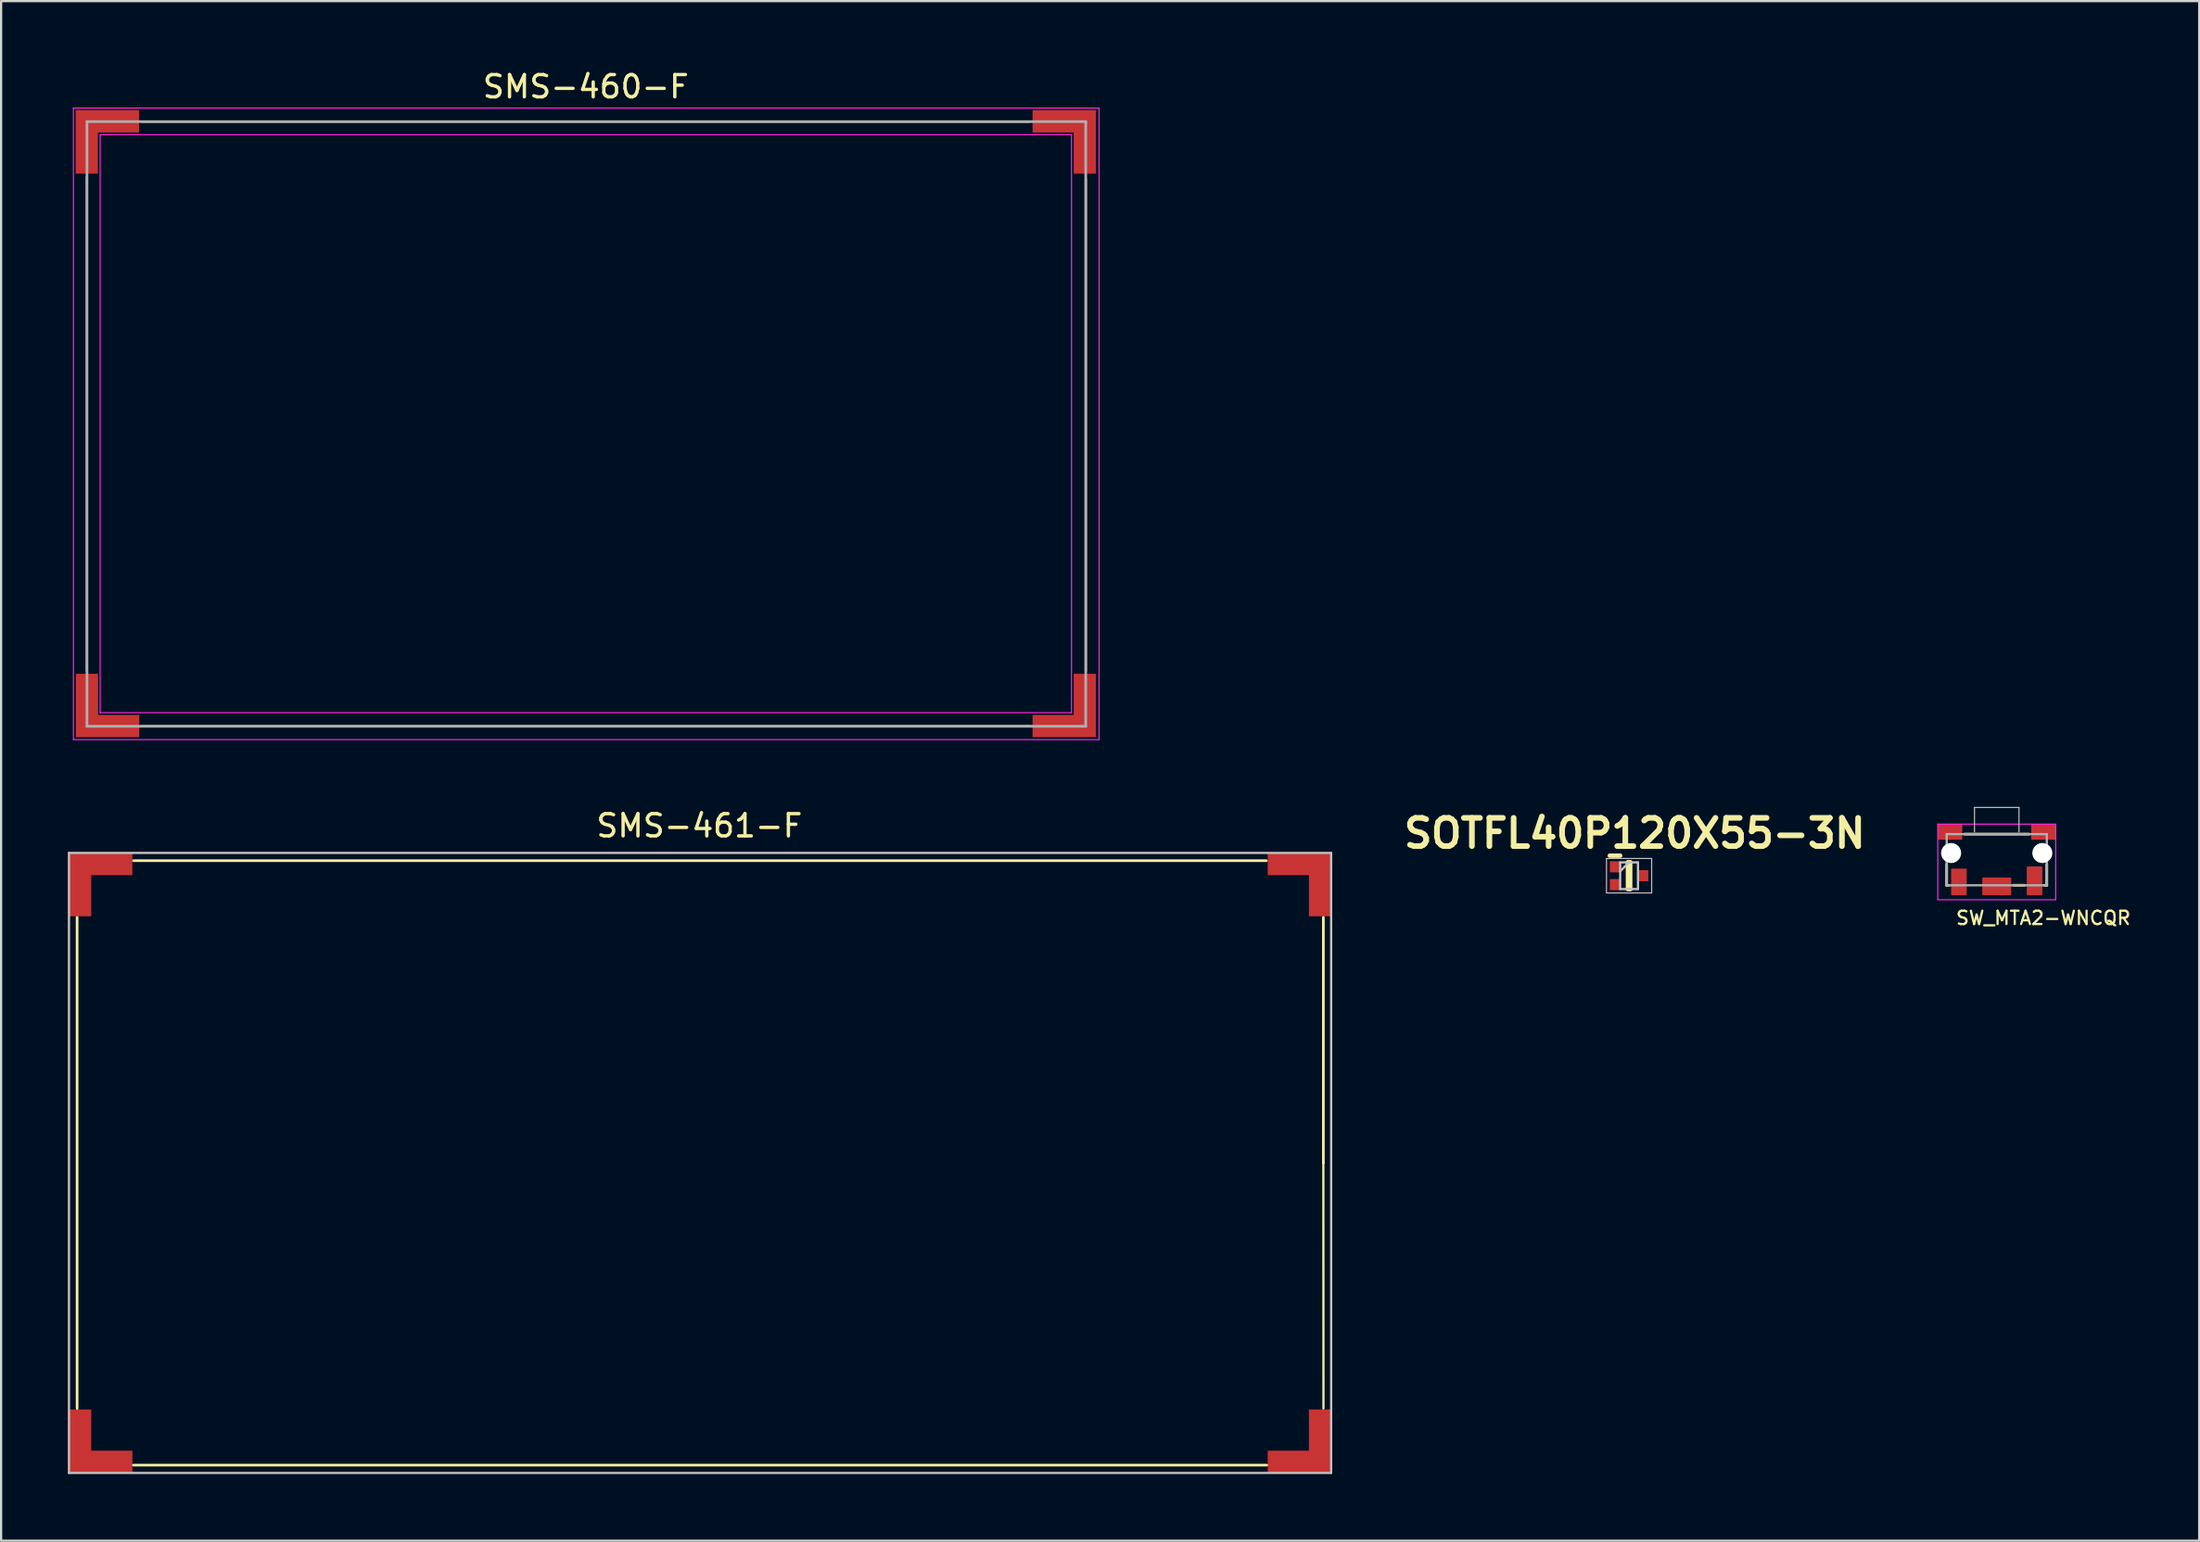
<source format=kicad_pcb>
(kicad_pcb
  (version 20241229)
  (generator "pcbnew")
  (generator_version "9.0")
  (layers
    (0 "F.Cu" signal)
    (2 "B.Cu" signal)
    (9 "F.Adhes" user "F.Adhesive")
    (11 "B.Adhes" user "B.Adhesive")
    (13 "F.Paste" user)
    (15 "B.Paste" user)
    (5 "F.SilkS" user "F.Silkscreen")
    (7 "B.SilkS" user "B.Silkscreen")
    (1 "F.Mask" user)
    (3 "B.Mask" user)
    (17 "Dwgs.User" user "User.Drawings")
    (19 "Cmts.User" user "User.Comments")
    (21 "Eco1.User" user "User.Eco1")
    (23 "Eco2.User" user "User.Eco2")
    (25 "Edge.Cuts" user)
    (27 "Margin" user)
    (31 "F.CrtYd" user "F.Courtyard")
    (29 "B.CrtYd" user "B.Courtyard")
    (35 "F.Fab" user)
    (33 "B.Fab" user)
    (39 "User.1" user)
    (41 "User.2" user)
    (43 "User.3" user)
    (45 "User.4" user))
  (footprint "SMS-461-F"
    (layer "F.Cu")
    (at 28.415 49.242)
    (property "Reference" "SMS-461-F" (at -0.03 -15.16 0) (layer "F.SilkS") (effects (font (size 1 1) (thickness 0.15))))
    (attr through_hole)
    (fp_line (start -28 -11.04) (end -28 11.04) (stroke (width 0.12) (type solid)) (layer "F.SilkS"))
    (fp_line (start 25.45 -13.59) (end -25.46 -13.59) (stroke (width 0.12) (type solid)) (layer "F.SilkS"))
    (fp_line (start 25.47 13.59) (end -25.47 13.59) (stroke (width 0.12) (type solid)) (layer "F.SilkS"))
    (fp_line (start 28.015 0) (end 28.015 -11.04) (stroke (width 0.12) (type solid)) (layer "F.SilkS"))
    (fp_line (start 28.015 0) (end 28.02 11.04) (stroke (width 0.1) (type solid)) (layer "F.SilkS"))
    (fp_line (start -28.365 -13.94) (end 28.365 -13.94) (stroke (width 0.1) (type solid)) (layer "Dwgs.User"))
    (fp_line (start -28.365 13.94) (end -28.365 -13.94) (stroke (width 0.1) (type solid)) (layer "Dwgs.User"))
    (fp_line (start 28.365 13.94) (end -28.365 13.94) (stroke (width 0.1) (type solid)) (layer "Dwgs.User"))
    (fp_line (start 28.365 13.94) (end 28.365 -13.94) (stroke (width 0.1) (type solid)) (layer "Dwgs.User"))
    (pad "1" smd custom (at -27.865 -13.44 270) (size 1 1) (layers "F.Cu" "F.Mask" "F.Paste") (options (anchor rect)) (primitives (gr_poly (pts (xy -0.5 0.5) (xy -0.5 -2.35) (xy 0.5 -2.35) (xy 0.5 0.5)) (width 0) (fill yes)) (gr_poly (pts (xy 2.35 0.5) (xy -0.5 0.5) (xy -0.5 -0.5) (xy 2.35 -0.5)) (width 0) (fill yes))))
    (pad "1" smd custom (at -27.865 13.44) (size 1 1) (layers "F.Cu" "F.Mask" "F.Paste") (options (anchor rect)) (primitives (gr_poly (pts (xy -0.5 0.5) (xy -0.5 -2.35) (xy 0.5 -2.35) (xy 0.5 0.5)) (width 0) (fill yes)) (gr_poly (pts (xy 2.35 0.5) (xy -0.5 0.5) (xy -0.5 -0.5) (xy 2.35 -0.5)) (width 0) (fill yes))))
    (pad "1" smd custom (at 27.865 -13.44 180) (size 1 1) (layers "F.Cu" "F.Mask" "F.Paste") (options (anchor rect)) (primitives (gr_poly (pts (xy -0.5 0.5) (xy -0.5 -2.35) (xy 0.5 -2.35) (xy 0.5 0.5)) (width 0) (fill yes)) (gr_poly (pts (xy 2.35 0.5) (xy -0.5 0.5) (xy -0.5 -0.5) (xy 2.35 -0.5)) (width 0) (fill yes))))
    (pad "1" smd custom (at 27.865 13.44 90) (size 1 1) (layers "F.Cu" "F.Mask" "F.Paste") (options (anchor rect)) (primitives (gr_poly (pts (xy -0.5 0.5) (xy -0.5 -2.35) (xy 0.5 -2.35) (xy 0.5 0.5)) (width 0) (fill yes)) (gr_poly (pts (xy 2.35 0.5) (xy -0.5 0.5) (xy -0.5 -0.5) (xy 2.35 -0.5)) (width 0) (fill yes)))))
  (footprint "SOTFL40P120X55-3N"
    (layer "F.Cu")
    (at 70.171 36.327)
    (property "Reference" "SOTFL40P120X55-3N" (at 0.254 -1.905 0) (layer "F.SilkS") (effects (font (size 1.27 1.27) (thickness 0.254))))
    (attr smd)
    (fp_line (start -0.865 -0.9) (end -0.4 -0.9) (stroke (width 0.2) (type solid)) (layer "F.SilkS"))
    (fp_line (start -0.05 -0.6) (end 0.05 -0.6) (stroke (width 0.2) (type solid)) (layer "F.SilkS"))
    (fp_line (start -0.05 0.6) (end -0.05 -0.6) (stroke (width 0.2) (type solid)) (layer "F.SilkS"))
    (fp_line (start 0.05 -0.6) (end 0.05 0.6) (stroke (width 0.2) (type solid)) (layer "F.SilkS"))
    (fp_line (start 0.05 0.6) (end -0.05 0.6) (stroke (width 0.2) (type solid)) (layer "F.SilkS"))
    (fp_line (start -1.015 -0.775) (end 1.015 -0.775) (stroke (width 0.05) (type solid)) (layer "Dwgs.User"))
    (fp_line (start -1.015 0.775) (end -1.015 -0.775) (stroke (width 0.05) (type solid)) (layer "Dwgs.User"))
    (fp_line (start -0.4 -0.6) (end 0.4 -0.6) (stroke (width 0.1) (type solid)) (layer "Dwgs.User"))
    (fp_line (start -0.4 -0.2) (end 0 -0.6) (stroke (width 0.1) (type solid)) (layer "Dwgs.User"))
    (fp_line (start -0.4 0.6) (end -0.4 -0.6) (stroke (width 0.1) (type solid)) (layer "Dwgs.User"))
    (fp_line (start 0.4 -0.6) (end 0.4 0.6) (stroke (width 0.1) (type solid)) (layer "Dwgs.User"))
    (fp_line (start 0.4 0.6) (end -0.4 0.6) (stroke (width 0.1) (type solid)) (layer "Dwgs.User"))
    (fp_line (start 1.015 -0.775) (end 1.015 0.775) (stroke (width 0.05) (type solid)) (layer "Dwgs.User"))
    (fp_line (start 1.015 0.775) (end -1.015 0.775) (stroke (width 0.05) (type solid)) (layer "Dwgs.User"))
    (pad "1" smd rect (at -0.632 -0.4) (size 0.465 0.5) (layers "F.Cu" "F.Mask" "F.Paste"))
    (pad "2" smd rect (at -0.632 0.4) (size 0.465 0.5) (layers "F.Cu" "F.Mask" "F.Paste"))
    (pad "3" smd rect (at 0.632 0) (size 0.465 0.5) (layers "F.Cu" "F.Mask" "F.Paste")))
  (footprint "SMS-460-F"
    (layer "F.Cu")
    (at 0.25 1.808)
    (property "Reference" "SMS-460-F" (at 23.03 -0.96 0) (layer "F.SilkS") (effects (font (size 1 1) (thickness 0.15))))
    (attr through_hole)
    (fp_line (start 0.609 3.11) (end 0.609 25.3) (stroke (width 0.1) (type solid)) (layer "F.SilkS"))
    (fp_line (start 42.96 0.61) (end 3.08 0.61) (stroke (width 0.1) (type solid)) (layer "F.SilkS"))
    (fp_line (start 42.99 27.8) (end 3.08 27.8) (stroke (width 0.1) (type solid)) (layer "F.SilkS"))
    (fp_line (start 45.501 25.3) (end 45.501 3.2) (stroke (width 0.1) (type solid)) (layer "F.SilkS"))
    (fp_line (start 0 0) (end 46.1 0) (stroke (width 0.05) (type solid)) (layer "F.CrtYd"))
    (fp_line (start 0 28.4) (end 0 0) (stroke (width 0.05) (type solid)) (layer "F.CrtYd"))
    (fp_line (start 1.2 27.19) (end 1.2 1.2) (stroke (width 0.05) (type solid)) (layer "F.CrtYd"))
    (fp_line (start 1.2 27.19) (end 44.86 27.19) (stroke (width 0.05) (type solid)) (layer "F.CrtYd"))
    (fp_line (start 44.86 1.2) (end 1.2 1.2) (stroke (width 0.05) (type solid)) (layer "F.CrtYd"))
    (fp_line (start 44.86 1.2) (end 44.86 27.19) (stroke (width 0.05) (type solid)) (layer "F.CrtYd"))
    (fp_line (start 46.1 28.4) (end 0 28.4) (stroke (width 0.05) (type solid)) (layer "F.CrtYd"))
    (fp_line (start 46.1 28.4) (end 46.1 0) (stroke (width 0.05) (type solid)) (layer "F.CrtYd"))
    (fp_line (start 0.609 0.61) (end 0.609 27.8) (stroke (width 0.12) (type solid)) (layer "F.Fab"))
    (fp_line (start 45.5 0.61) (end 0.609 0.61) (stroke (width 0.12) (type solid)) (layer "F.Fab"))
    (fp_line (start 45.5 0.61) (end 45.5 27.8) (stroke (width 0.12) (type solid)) (layer "F.Fab"))
    (fp_line (start 45.5 27.8) (end 0.61 27.8) (stroke (width 0.12) (type solid)) (layer "F.Fab"))
    (pad "1" smd custom (at 0.6 0.6 270) (size 1 1) (layers "F.Cu" "F.Mask" "F.Paste") (options (anchor rect)) (primitives (gr_poly (pts (xy -0.5 0.5) (xy -0.5 -2.35) (xy 0.5 -2.35) (xy 0.5 0.5)) (width 0) (fill yes)) (gr_poly (pts (xy 2.35 0.5) (xy -0.5 0.5) (xy -0.5 -0.5) (xy 2.35 -0.5)) (width 0) (fill yes))))
    (pad "1" smd custom (at 0.61 27.79) (size 1 1) (layers "F.Cu" "F.Mask" "F.Paste") (options (anchor rect)) (primitives (gr_poly (pts (xy -0.5 0.5) (xy -0.5 -2.35) (xy 0.5 -2.35) (xy 0.5 0.5)) (width 0) (fill yes)) (gr_poly (pts (xy 2.35 0.5) (xy -0.5 0.5) (xy -0.5 -0.5) (xy 2.35 -0.5)) (width 0) (fill yes))))
    (pad "1" smd custom (at 45.46 0.6 180) (size 1 1) (layers "F.Cu" "F.Mask" "F.Paste") (options (anchor rect)) (primitives (gr_poly (pts (xy -0.5 0.5) (xy -0.5 -2.35) (xy 0.5 -2.35) (xy 0.5 0.5)) (width 0) (fill yes)) (gr_poly (pts (xy 2.35 0.5) (xy -0.5 0.5) (xy -0.5 -0.5) (xy 2.35 -0.5)) (width 0) (fill yes))))
    (pad "1" smd custom (at 45.46 27.79 90) (size 1 1) (layers "F.Cu" "F.Mask" "F.Paste") (options (anchor rect)) (primitives (gr_poly (pts (xy -0.5 0.5) (xy -0.5 -2.35) (xy 0.5 -2.35) (xy 0.5 0.5)) (width 0) (fill yes)) (gr_poly (pts (xy 2.35 0.5) (xy -0.5 0.5) (xy -0.5 -0.5) (xy 2.35 -0.5)) (width 0) (fill yes)))))
  (footprint "SW_MTA2-WNCQR"
    (layer "F.Cu")
    (at 86.696 35.308)
    (property "Reference" "SW_MTA2-WNCQR" (at 2.095 2.921 0) (layer "F.SilkS") (effects (font (size 0.6 0.6) (thickness 0.1))))
    (attr through_hole)
    (fp_line (start -2.25 0.5) (end -2.25 1.45) (stroke (width 0.12) (type solid)) (layer "F.SilkS"))
    (fp_line (start -2.15 1.45) (end -2.25 1.45) (stroke (width 0.12) (type solid)) (layer "F.SilkS"))
    (fp_line (start 1.25 1.45) (end 0.75 1.45) (stroke (width 0.12) (type solid)) (layer "F.SilkS"))
    (fp_line (start 1.45 -0.85) (end -1.45 -0.85) (stroke (width 0.12) (type solid)) (layer "F.SilkS"))
    (fp_line (start 2.15 1.45) (end 2.25 1.45) (stroke (width 0.12) (type solid)) (layer "F.SilkS"))
    (fp_line (start 2.25 0.5) (end 2.25 1.45) (stroke (width 0.12) (type solid)) (layer "F.SilkS"))
    (fp_line (start -1 -2.05) (end -1 -0.95) (stroke (width 0.05) (type solid)) (layer "Dwgs.User"))
    (fp_line (start 1 -2.05) (end -1 -2.05) (stroke (width 0.05) (type solid)) (layer "Dwgs.User"))
    (fp_line (start 1 -2.05) (end 1 -0.95) (stroke (width 0.05) (type solid)) (layer "Dwgs.User"))
    (fp_line (start -2.65 2.1) (end -2.65 -1.3) (stroke (width 0.05) (type solid)) (layer "F.CrtYd"))
    (fp_line (start 2.65 -1.3) (end -2.65 -1.3) (stroke (width 0.05) (type solid)) (layer "F.CrtYd"))
    (fp_line (start 2.65 2.1) (end -2.65 2.1) (stroke (width 0.05) (type solid)) (layer "F.CrtYd"))
    (fp_line (start 2.65 2.1) (end 2.65 -1.3) (stroke (width 0.05) (type solid)) (layer "F.CrtYd"))
    (fp_line (start -2.25 -0.85) (end 2.25 -0.85) (stroke (width 0.1) (type solid)) (layer "F.Fab"))
    (fp_line (start -2.25 1.45) (end -2.25 -0.85) (stroke (width 0.1) (type solid)) (layer "F.Fab"))
    (fp_line (start 2.25 -0.85) (end 2.25 1.45) (stroke (width 0.1) (type solid)) (layer "F.Fab"))
    (fp_line (start 2.25 1.45) (end -2.25 1.45) (stroke (width 0.1) (type solid)) (layer "F.Fab"))
    (pad "" np_thru_hole circle (at -2.05 0) (size 0.9 0.9) (drill 0.9) (layers "*.Cu" "*.Mask"))
    (pad "" np_thru_hole circle (at 2.05 0) (size 0.9 0.9) (drill 0.9) (layers "*.Cu" "*.Mask"))
    (pad "1" smd roundrect (at -1.7 1.3) (size 0.7 1.2) (layers "F.Cu" "F.Mask" "F.Paste") (roundrect_rratio 0.05))
    (pad "2" smd roundrect (at 1.7 1.25) (size 0.7 1.3) (layers "F.Cu" "F.Mask" "F.Paste") (roundrect_rratio 0.05))
    (pad "3" smd roundrect (at -2.1 -0.95) (size 1.1 0.7) (layers "F.Cu" "F.Mask" "F.Paste") (roundrect_rratio 0.05))
    (pad "3" smd roundrect (at 0 1.5) (size 1.3 0.8) (layers "F.Cu" "F.Mask" "F.Paste") (roundrect_rratio 0.05))
    (pad "3" smd roundrect (at 2.1 -0.95) (size 1.1 0.7) (layers "F.Cu" "F.Mask" "F.Paste") (roundrect_rratio 0.05)))
  (gr_rect
    (start -3 -3)
    (end 95.796 66.231)
    (stroke (width 0.1) (type default))
    (fill no)
    (layer "Edge.Cuts")))
</source>
